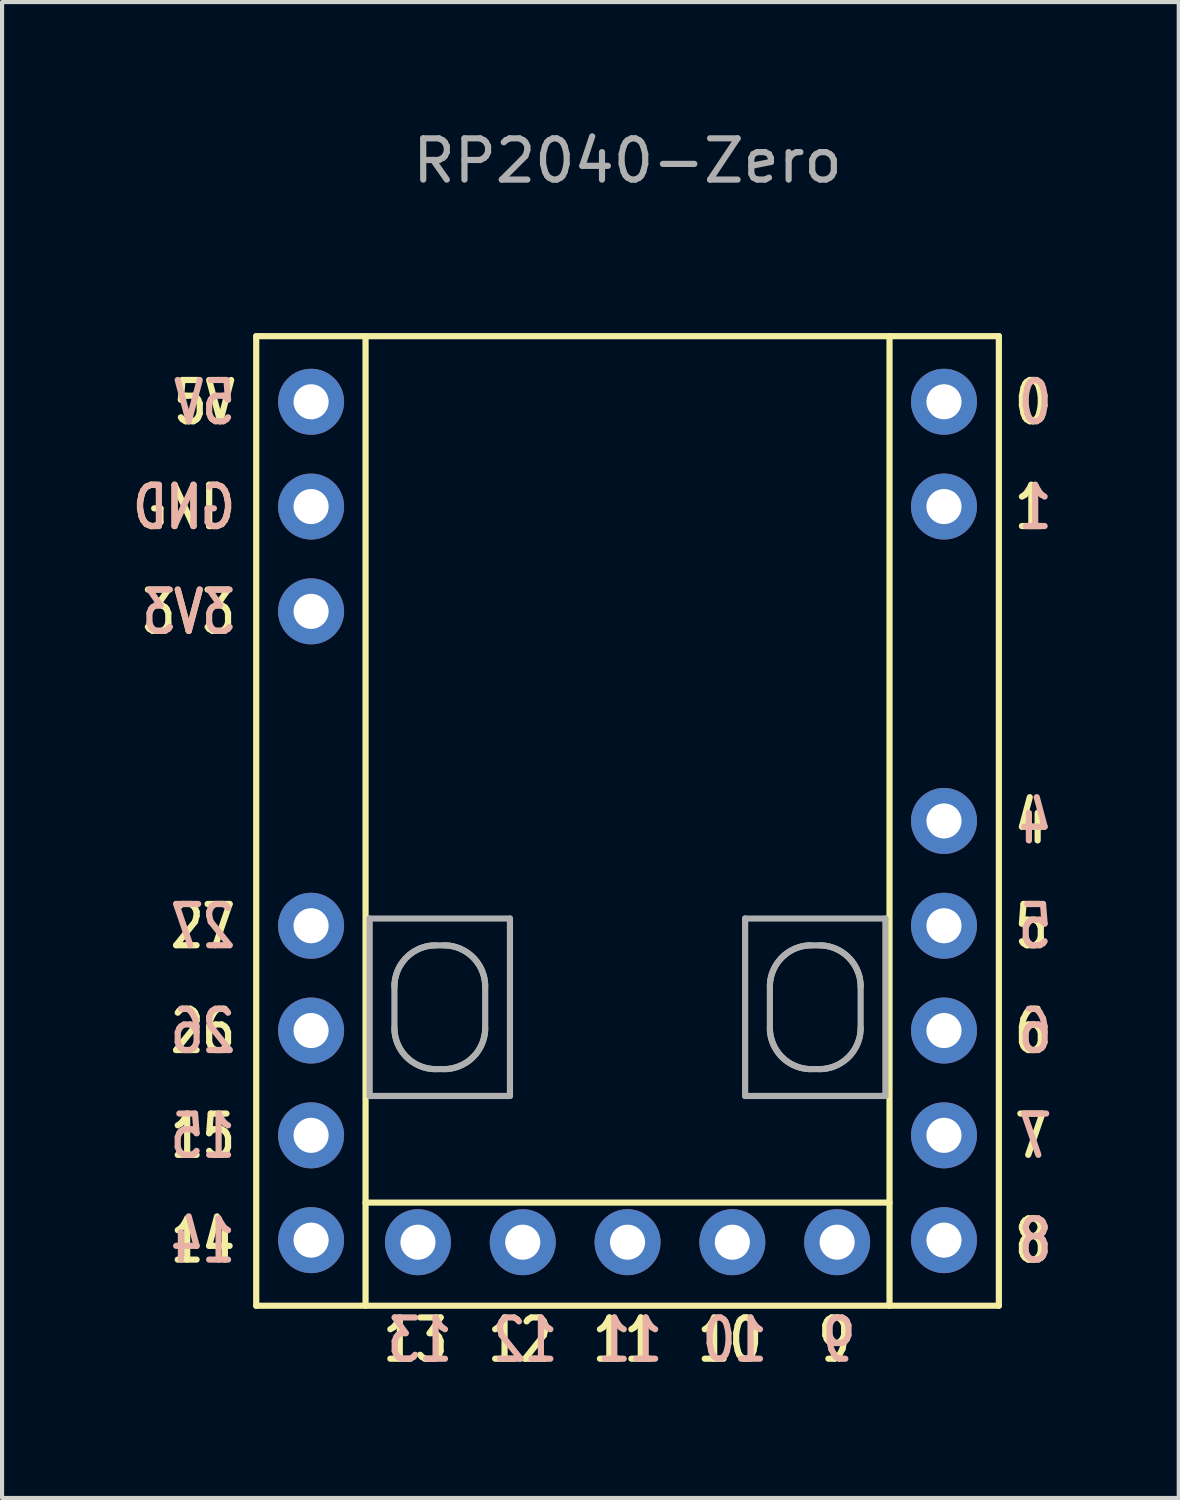
<source format=kicad_pcb>
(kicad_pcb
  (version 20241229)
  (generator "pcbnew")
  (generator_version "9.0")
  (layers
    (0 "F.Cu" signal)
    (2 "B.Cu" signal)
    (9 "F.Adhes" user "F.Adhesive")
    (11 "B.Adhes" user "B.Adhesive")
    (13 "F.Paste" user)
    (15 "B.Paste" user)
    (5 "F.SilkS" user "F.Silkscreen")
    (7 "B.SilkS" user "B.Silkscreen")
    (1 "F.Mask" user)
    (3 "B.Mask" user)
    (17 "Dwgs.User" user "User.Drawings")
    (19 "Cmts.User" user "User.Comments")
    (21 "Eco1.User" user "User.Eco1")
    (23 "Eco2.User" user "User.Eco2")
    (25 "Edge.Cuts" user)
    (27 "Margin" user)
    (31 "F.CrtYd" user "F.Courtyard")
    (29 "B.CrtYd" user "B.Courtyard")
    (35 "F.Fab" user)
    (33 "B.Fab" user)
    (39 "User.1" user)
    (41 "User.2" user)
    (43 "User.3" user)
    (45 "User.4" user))
  (footprint "RP2040-Zero"
    (layer "F.Cu")
    (at 12.16 16.848)
    (property "Reference" "RP2040-Zero" (at 0 -16 0) (layer "F.Fab") (effects (font (size 1 1) (thickness 0.15))))
    (attr through_hole exclude_from_pos_files)
    (fp_line (start -9 -11.75) (end 9 -11.75) (stroke (width 0.15) (type default)) (layer "F.SilkS"))
    (fp_line (start -9 11.75) (end -9 -11.75) (stroke (width 0.15) (type default)) (layer "F.SilkS"))
    (fp_line (start -9 11.75) (end 9 11.75) (stroke (width 0.15) (type default)) (layer "F.SilkS"))
    (fp_line (start -6.35 -11.75) (end -6.35 11.75) (stroke (width 0.15) (type solid)) (layer "F.SilkS"))
    (fp_line (start -6.35 9.25) (end 6.35 9.25) (stroke (width 0.15) (type solid)) (layer "F.SilkS"))
    (fp_line (start 6.35 11.75) (end 6.35 -11.75) (stroke (width 0.15) (type solid)) (layer "F.SilkS"))
    (fp_line (start 9 11.75) (end 9 -11.75) (stroke (width 0.15) (type default)) (layer "F.SilkS"))
    (fp_line (start -6.25 2.365) (end -2.85 2.365) (stroke (width 0.15) (type default)) (layer "F.Fab"))
    (fp_line (start -6.25 6.665) (end -6.25 2.365) (stroke (width 0.15) (type default)) (layer "F.Fab"))
    (fp_line (start -5.65 4.015) (end -5.649 3.963) (stroke (width 0.15) (type default)) (layer "F.Fab"))
    (fp_line (start -5.65 5.015) (end -5.65 4.015) (stroke (width 0.15) (type default)) (layer "F.Fab"))
    (fp_line (start -5.649 3.963) (end -5.645 3.913) (stroke (width 0.15) (type default)) (layer "F.Fab"))
    (fp_line (start -5.649 5.066) (end -5.65 5.015) (stroke (width 0.15) (type default)) (layer "F.Fab"))
    (fp_line (start -5.645 3.913) (end -5.638 3.863) (stroke (width 0.15) (type default)) (layer "F.Fab"))
    (fp_line (start -5.645 5.117) (end -5.649 5.066) (stroke (width 0.15) (type default)) (layer "F.Fab"))
    (fp_line (start -5.638 3.863) (end -5.63 3.813) (stroke (width 0.15) (type default)) (layer "F.Fab"))
    (fp_line (start -5.638 5.167) (end -5.645 5.117) (stroke (width 0.15) (type default)) (layer "F.Fab"))
    (fp_line (start -5.63 3.813) (end -5.618 3.765) (stroke (width 0.15) (type default)) (layer "F.Fab"))
    (fp_line (start -5.63 5.216) (end -5.638 5.167) (stroke (width 0.15) (type default)) (layer "F.Fab"))
    (fp_line (start -5.618 3.765) (end -5.605 3.718) (stroke (width 0.15) (type default)) (layer "F.Fab"))
    (fp_line (start -5.618 5.265) (end -5.63 5.216) (stroke (width 0.15) (type default)) (layer "F.Fab"))
    (fp_line (start -5.605 3.718) (end -5.589 3.671) (stroke (width 0.15) (type default)) (layer "F.Fab"))
    (fp_line (start -5.605 5.312) (end -5.618 5.265) (stroke (width 0.15) (type default)) (layer "F.Fab"))
    (fp_line (start -5.589 3.671) (end -5.571 3.626) (stroke (width 0.15) (type default)) (layer "F.Fab"))
    (fp_line (start -5.589 5.359) (end -5.605 5.312) (stroke (width 0.15) (type default)) (layer "F.Fab"))
    (fp_line (start -5.571 3.626) (end -5.551 3.581) (stroke (width 0.15) (type default)) (layer "F.Fab"))
    (fp_line (start -5.571 5.404) (end -5.589 5.359) (stroke (width 0.15) (type default)) (layer "F.Fab"))
    (fp_line (start -5.551 3.581) (end -5.529 3.538) (stroke (width 0.15) (type default)) (layer "F.Fab"))
    (fp_line (start -5.551 5.448) (end -5.571 5.404) (stroke (width 0.15) (type default)) (layer "F.Fab"))
    (fp_line (start -5.529 3.538) (end -5.505 3.496) (stroke (width 0.15) (type default)) (layer "F.Fab"))
    (fp_line (start -5.529 5.491) (end -5.551 5.448) (stroke (width 0.15) (type default)) (layer "F.Fab"))
    (fp_line (start -5.505 3.496) (end -5.479 3.456) (stroke (width 0.15) (type default)) (layer "F.Fab"))
    (fp_line (start -5.505 5.533) (end -5.529 5.491) (stroke (width 0.15) (type default)) (layer "F.Fab"))
    (fp_line (start -5.479 3.456) (end -5.451 3.417) (stroke (width 0.15) (type default)) (layer "F.Fab"))
    (fp_line (start -5.479 5.574) (end -5.505 5.533) (stroke (width 0.15) (type default)) (layer "F.Fab"))
    (fp_line (start -5.451 3.417) (end -5.421 3.379) (stroke (width 0.15) (type default)) (layer "F.Fab"))
    (fp_line (start -5.451 5.613) (end -5.479 5.574) (stroke (width 0.15) (type default)) (layer "F.Fab"))
    (fp_line (start -5.421 3.379) (end -5.39 3.343) (stroke (width 0.15) (type default)) (layer "F.Fab"))
    (fp_line (start -5.421 5.651) (end -5.451 5.613) (stroke (width 0.15) (type default)) (layer "F.Fab"))
    (fp_line (start -5.39 3.343) (end -5.357 3.308) (stroke (width 0.15) (type default)) (layer "F.Fab"))
    (fp_line (start -5.39 5.687) (end -5.421 5.651) (stroke (width 0.15) (type default)) (layer "F.Fab"))
    (fp_line (start -5.357 3.308) (end -5.322 3.275) (stroke (width 0.15) (type default)) (layer "F.Fab"))
    (fp_line (start -5.357 5.722) (end -5.39 5.687) (stroke (width 0.15) (type default)) (layer "F.Fab"))
    (fp_line (start -5.322 3.275) (end -5.286 3.243) (stroke (width 0.15) (type default)) (layer "F.Fab"))
    (fp_line (start -5.322 5.755) (end -5.357 5.722) (stroke (width 0.15) (type default)) (layer "F.Fab"))
    (fp_line (start -5.286 3.243) (end -5.248 3.214) (stroke (width 0.15) (type default)) (layer "F.Fab"))
    (fp_line (start -5.286 5.786) (end -5.322 5.755) (stroke (width 0.15) (type default)) (layer "F.Fab"))
    (fp_line (start -5.248 3.214) (end -5.209 3.186) (stroke (width 0.15) (type default)) (layer "F.Fab"))
    (fp_line (start -5.248 5.816) (end -5.286 5.786) (stroke (width 0.15) (type default)) (layer "F.Fab"))
    (fp_line (start -5.209 3.186) (end -5.168 3.16) (stroke (width 0.15) (type default)) (layer "F.Fab"))
    (fp_line (start -5.209 5.844) (end -5.248 5.816) (stroke (width 0.15) (type default)) (layer "F.Fab"))
    (fp_line (start -5.168 3.16) (end -5.126 3.136) (stroke (width 0.15) (type default)) (layer "F.Fab"))
    (fp_line (start -5.168 5.87) (end -5.209 5.844) (stroke (width 0.15) (type default)) (layer "F.Fab"))
    (fp_line (start -5.126 3.136) (end -5.083 3.114) (stroke (width 0.15) (type default)) (layer "F.Fab"))
    (fp_line (start -5.126 5.894) (end -5.168 5.87) (stroke (width 0.15) (type default)) (layer "F.Fab"))
    (fp_line (start -5.083 3.114) (end -5.039 3.093) (stroke (width 0.15) (type default)) (layer "F.Fab"))
    (fp_line (start -5.083 5.916) (end -5.126 5.894) (stroke (width 0.15) (type default)) (layer "F.Fab"))
    (fp_line (start -5.039 3.093) (end -4.994 3.076) (stroke (width 0.15) (type default)) (layer "F.Fab"))
    (fp_line (start -5.039 5.936) (end -5.083 5.916) (stroke (width 0.15) (type default)) (layer "F.Fab"))
    (fp_line (start -4.994 3.076) (end -4.947 3.06) (stroke (width 0.15) (type default)) (layer "F.Fab"))
    (fp_line (start -4.994 5.954) (end -5.039 5.936) (stroke (width 0.15) (type default)) (layer "F.Fab"))
    (fp_line (start -4.947 3.06) (end -4.9 3.046) (stroke (width 0.15) (type default)) (layer "F.Fab"))
    (fp_line (start -4.947 5.97) (end -4.994 5.954) (stroke (width 0.15) (type default)) (layer "F.Fab"))
    (fp_line (start -4.9 3.046) (end -4.851 3.035) (stroke (width 0.15) (type default)) (layer "F.Fab"))
    (fp_line (start -4.9 5.983) (end -4.947 5.97) (stroke (width 0.15) (type default)) (layer "F.Fab"))
    (fp_line (start -4.851 3.035) (end -4.802 3.026) (stroke (width 0.15) (type default)) (layer "F.Fab"))
    (fp_line (start -4.851 5.995) (end -4.9 5.983) (stroke (width 0.15) (type default)) (layer "F.Fab"))
    (fp_line (start -4.802 3.026) (end -4.752 3.02) (stroke (width 0.15) (type default)) (layer "F.Fab"))
    (fp_line (start -4.802 6.003) (end -4.851 5.995) (stroke (width 0.15) (type default)) (layer "F.Fab"))
    (fp_line (start -4.752 3.02) (end -4.701 3.016) (stroke (width 0.15) (type default)) (layer "F.Fab"))
    (fp_line (start -4.752 6.01) (end -4.802 6.003) (stroke (width 0.15) (type default)) (layer "F.Fab"))
    (fp_line (start -4.701 3.016) (end -4.65 3.015) (stroke (width 0.15) (type default)) (layer "F.Fab"))
    (fp_line (start -4.701 6.014) (end -4.752 6.01) (stroke (width 0.15) (type default)) (layer "F.Fab"))
    (fp_line (start -4.65 3.015) (end -4.45 3.015) (stroke (width 0.15) (type default)) (layer "F.Fab"))
    (fp_line (start -4.65 6.015) (end -4.701 6.014) (stroke (width 0.15) (type default)) (layer "F.Fab"))
    (fp_line (start -4.45 3.015) (end -4.399 3.016) (stroke (width 0.15) (type default)) (layer "F.Fab"))
    (fp_line (start -4.45 6.015) (end -4.65 6.015) (stroke (width 0.15) (type default)) (layer "F.Fab"))
    (fp_line (start -4.399 3.016) (end -4.348 3.02) (stroke (width 0.15) (type default)) (layer "F.Fab"))
    (fp_line (start -4.399 6.014) (end -4.45 6.015) (stroke (width 0.15) (type default)) (layer "F.Fab"))
    (fp_line (start -4.348 3.02) (end -4.298 3.026) (stroke (width 0.15) (type default)) (layer "F.Fab"))
    (fp_line (start -4.348 6.01) (end -4.399 6.014) (stroke (width 0.15) (type default)) (layer "F.Fab"))
    (fp_line (start -4.298 3.026) (end -4.248 3.035) (stroke (width 0.15) (type default)) (layer "F.Fab"))
    (fp_line (start -4.298 6.003) (end -4.348 6.01) (stroke (width 0.15) (type default)) (layer "F.Fab"))
    (fp_line (start -4.248 3.035) (end -4.2 3.046) (stroke (width 0.15) (type default)) (layer "F.Fab"))
    (fp_line (start -4.248 5.995) (end -4.298 6.003) (stroke (width 0.15) (type default)) (layer "F.Fab"))
    (fp_line (start -4.2 3.046) (end -4.153 3.06) (stroke (width 0.15) (type default)) (layer "F.Fab"))
    (fp_line (start -4.2 5.983) (end -4.248 5.995) (stroke (width 0.15) (type default)) (layer "F.Fab"))
    (fp_line (start -4.153 3.06) (end -4.106 3.076) (stroke (width 0.15) (type default)) (layer "F.Fab"))
    (fp_line (start -4.153 5.97) (end -4.2 5.983) (stroke (width 0.15) (type default)) (layer "F.Fab"))
    (fp_line (start -4.106 3.076) (end -4.061 3.093) (stroke (width 0.15) (type default)) (layer "F.Fab"))
    (fp_line (start -4.106 5.954) (end -4.153 5.97) (stroke (width 0.15) (type default)) (layer "F.Fab"))
    (fp_line (start -4.061 3.093) (end -4.017 3.114) (stroke (width 0.15) (type default)) (layer "F.Fab"))
    (fp_line (start -4.061 5.936) (end -4.106 5.954) (stroke (width 0.15) (type default)) (layer "F.Fab"))
    (fp_line (start -4.017 3.114) (end -3.974 3.136) (stroke (width 0.15) (type default)) (layer "F.Fab"))
    (fp_line (start -4.017 5.916) (end -4.061 5.936) (stroke (width 0.15) (type default)) (layer "F.Fab"))
    (fp_line (start -3.974 3.136) (end -3.932 3.16) (stroke (width 0.15) (type default)) (layer "F.Fab"))
    (fp_line (start -3.974 5.894) (end -4.017 5.916) (stroke (width 0.15) (type default)) (layer "F.Fab"))
    (fp_line (start -3.932 3.16) (end -3.891 3.186) (stroke (width 0.15) (type default)) (layer "F.Fab"))
    (fp_line (start -3.932 5.87) (end -3.974 5.894) (stroke (width 0.15) (type default)) (layer "F.Fab"))
    (fp_line (start -3.891 3.186) (end -3.852 3.214) (stroke (width 0.15) (type default)) (layer "F.Fab"))
    (fp_line (start -3.891 5.844) (end -3.932 5.87) (stroke (width 0.15) (type default)) (layer "F.Fab"))
    (fp_line (start -3.852 3.214) (end -3.814 3.243) (stroke (width 0.15) (type default)) (layer "F.Fab"))
    (fp_line (start -3.852 5.816) (end -3.891 5.844) (stroke (width 0.15) (type default)) (layer "F.Fab"))
    (fp_line (start -3.814 3.243) (end -3.778 3.275) (stroke (width 0.15) (type default)) (layer "F.Fab"))
    (fp_line (start -3.814 5.786) (end -3.852 5.816) (stroke (width 0.15) (type default)) (layer "F.Fab"))
    (fp_line (start -3.778 3.275) (end -3.743 3.308) (stroke (width 0.15) (type default)) (layer "F.Fab"))
    (fp_line (start -3.778 5.755) (end -3.814 5.786) (stroke (width 0.15) (type default)) (layer "F.Fab"))
    (fp_line (start -3.743 3.308) (end -3.71 3.343) (stroke (width 0.15) (type default)) (layer "F.Fab"))
    (fp_line (start -3.743 5.722) (end -3.778 5.755) (stroke (width 0.15) (type default)) (layer "F.Fab"))
    (fp_line (start -3.71 3.343) (end -3.678 3.379) (stroke (width 0.15) (type default)) (layer "F.Fab"))
    (fp_line (start -3.71 5.687) (end -3.743 5.722) (stroke (width 0.15) (type default)) (layer "F.Fab"))
    (fp_line (start -3.678 3.379) (end -3.649 3.417) (stroke (width 0.15) (type default)) (layer "F.Fab"))
    (fp_line (start -3.678 5.651) (end -3.71 5.687) (stroke (width 0.15) (type default)) (layer "F.Fab"))
    (fp_line (start -3.649 3.417) (end -3.621 3.456) (stroke (width 0.15) (type default)) (layer "F.Fab"))
    (fp_line (start -3.649 5.613) (end -3.678 5.651) (stroke (width 0.15) (type default)) (layer "F.Fab"))
    (fp_line (start -3.621 3.456) (end -3.595 3.496) (stroke (width 0.15) (type default)) (layer "F.Fab"))
    (fp_line (start -3.621 5.574) (end -3.649 5.613) (stroke (width 0.15) (type default)) (layer "F.Fab"))
    (fp_line (start -3.595 3.496) (end -3.571 3.538) (stroke (width 0.15) (type default)) (layer "F.Fab"))
    (fp_line (start -3.595 5.533) (end -3.621 5.574) (stroke (width 0.15) (type default)) (layer "F.Fab"))
    (fp_line (start -3.571 3.538) (end -3.549 3.581) (stroke (width 0.15) (type default)) (layer "F.Fab"))
    (fp_line (start -3.571 5.491) (end -3.595 5.533) (stroke (width 0.15) (type default)) (layer "F.Fab"))
    (fp_line (start -3.549 3.581) (end -3.529 3.626) (stroke (width 0.15) (type default)) (layer "F.Fab"))
    (fp_line (start -3.549 5.448) (end -3.571 5.491) (stroke (width 0.15) (type default)) (layer "F.Fab"))
    (fp_line (start -3.529 3.626) (end -3.511 3.671) (stroke (width 0.15) (type default)) (layer "F.Fab"))
    (fp_line (start -3.529 5.404) (end -3.549 5.448) (stroke (width 0.15) (type default)) (layer "F.Fab"))
    (fp_line (start -3.511 3.671) (end -3.495 3.718) (stroke (width 0.15) (type default)) (layer "F.Fab"))
    (fp_line (start -3.511 5.359) (end -3.529 5.404) (stroke (width 0.15) (type default)) (layer "F.Fab"))
    (fp_line (start -3.495 3.718) (end -3.482 3.765) (stroke (width 0.15) (type default)) (layer "F.Fab"))
    (fp_line (start -3.495 5.312) (end -3.511 5.359) (stroke (width 0.15) (type default)) (layer "F.Fab"))
    (fp_line (start -3.482 3.765) (end -3.47 3.813) (stroke (width 0.15) (type default)) (layer "F.Fab"))
    (fp_line (start -3.482 5.265) (end -3.495 5.312) (stroke (width 0.15) (type default)) (layer "F.Fab"))
    (fp_line (start -3.47 3.813) (end -3.462 3.863) (stroke (width 0.15) (type default)) (layer "F.Fab"))
    (fp_line (start -3.47 5.216) (end -3.482 5.265) (stroke (width 0.15) (type default)) (layer "F.Fab"))
    (fp_line (start -3.462 3.863) (end -3.455 3.913) (stroke (width 0.15) (type default)) (layer "F.Fab"))
    (fp_line (start -3.462 5.167) (end -3.47 5.216) (stroke (width 0.15) (type default)) (layer "F.Fab"))
    (fp_line (start -3.455 3.913) (end -3.451 3.963) (stroke (width 0.15) (type default)) (layer "F.Fab"))
    (fp_line (start -3.455 5.117) (end -3.462 5.167) (stroke (width 0.15) (type default)) (layer "F.Fab"))
    (fp_line (start -3.451 3.963) (end -3.45 4.015) (stroke (width 0.15) (type default)) (layer "F.Fab"))
    (fp_line (start -3.451 5.066) (end -3.455 5.117) (stroke (width 0.15) (type default)) (layer "F.Fab"))
    (fp_line (start -3.45 4.015) (end -3.45 5.015) (stroke (width 0.15) (type default)) (layer "F.Fab"))
    (fp_line (start -3.45 5.015) (end -3.451 5.066) (stroke (width 0.15) (type default)) (layer "F.Fab"))
    (fp_line (start -2.85 2.365) (end -2.85 6.665) (stroke (width 0.15) (type default)) (layer "F.Fab"))
    (fp_line (start -2.85 6.665) (end -6.25 6.665) (stroke (width 0.15) (type default)) (layer "F.Fab"))
    (fp_line (start 2.85 2.365) (end 6.25 2.365) (stroke (width 0.15) (type default)) (layer "F.Fab"))
    (fp_line (start 2.85 6.665) (end 2.85 2.365) (stroke (width 0.15) (type default)) (layer "F.Fab"))
    (fp_line (start 3.45 4.015) (end 3.451 3.963) (stroke (width 0.15) (type default)) (layer "F.Fab"))
    (fp_line (start 3.45 5.015) (end 3.45 4.015) (stroke (width 0.15) (type default)) (layer "F.Fab"))
    (fp_line (start 3.451 3.963) (end 3.455 3.913) (stroke (width 0.15) (type default)) (layer "F.Fab"))
    (fp_line (start 3.451 5.066) (end 3.45 5.015) (stroke (width 0.15) (type default)) (layer "F.Fab"))
    (fp_line (start 3.455 3.913) (end 3.462 3.863) (stroke (width 0.15) (type default)) (layer "F.Fab"))
    (fp_line (start 3.455 5.117) (end 3.451 5.066) (stroke (width 0.15) (type default)) (layer "F.Fab"))
    (fp_line (start 3.462 3.863) (end 3.47 3.813) (stroke (width 0.15) (type default)) (layer "F.Fab"))
    (fp_line (start 3.462 5.167) (end 3.455 5.117) (stroke (width 0.15) (type default)) (layer "F.Fab"))
    (fp_line (start 3.47 3.813) (end 3.482 3.765) (stroke (width 0.15) (type default)) (layer "F.Fab"))
    (fp_line (start 3.47 5.216) (end 3.462 5.167) (stroke (width 0.15) (type default)) (layer "F.Fab"))
    (fp_line (start 3.482 3.765) (end 3.495 3.718) (stroke (width 0.15) (type default)) (layer "F.Fab"))
    (fp_line (start 3.482 5.265) (end 3.47 5.216) (stroke (width 0.15) (type default)) (layer "F.Fab"))
    (fp_line (start 3.495 3.718) (end 3.511 3.671) (stroke (width 0.15) (type default)) (layer "F.Fab"))
    (fp_line (start 3.495 5.312) (end 3.482 5.265) (stroke (width 0.15) (type default)) (layer "F.Fab"))
    (fp_line (start 3.511 3.671) (end 3.529 3.626) (stroke (width 0.15) (type default)) (layer "F.Fab"))
    (fp_line (start 3.511 5.359) (end 3.495 5.312) (stroke (width 0.15) (type default)) (layer "F.Fab"))
    (fp_line (start 3.529 3.626) (end 3.549 3.581) (stroke (width 0.15) (type default)) (layer "F.Fab"))
    (fp_line (start 3.529 5.404) (end 3.511 5.359) (stroke (width 0.15) (type default)) (layer "F.Fab"))
    (fp_line (start 3.549 3.581) (end 3.571 3.538) (stroke (width 0.15) (type default)) (layer "F.Fab"))
    (fp_line (start 3.549 5.448) (end 3.529 5.404) (stroke (width 0.15) (type default)) (layer "F.Fab"))
    (fp_line (start 3.571 3.538) (end 3.595 3.496) (stroke (width 0.15) (type default)) (layer "F.Fab"))
    (fp_line (start 3.571 5.491) (end 3.549 5.448) (stroke (width 0.15) (type default)) (layer "F.Fab"))
    (fp_line (start 3.595 3.496) (end 3.621 3.456) (stroke (width 0.15) (type default)) (layer "F.Fab"))
    (fp_line (start 3.595 5.533) (end 3.571 5.491) (stroke (width 0.15) (type default)) (layer "F.Fab"))
    (fp_line (start 3.621 3.456) (end 3.649 3.417) (stroke (width 0.15) (type default)) (layer "F.Fab"))
    (fp_line (start 3.621 5.574) (end 3.595 5.533) (stroke (width 0.15) (type default)) (layer "F.Fab"))
    (fp_line (start 3.649 3.417) (end 3.679 3.379) (stroke (width 0.15) (type default)) (layer "F.Fab"))
    (fp_line (start 3.649 5.613) (end 3.621 5.574) (stroke (width 0.15) (type default)) (layer "F.Fab"))
    (fp_line (start 3.679 3.379) (end 3.71 3.343) (stroke (width 0.15) (type default)) (layer "F.Fab"))
    (fp_line (start 3.679 5.651) (end 3.649 5.613) (stroke (width 0.15) (type default)) (layer "F.Fab"))
    (fp_line (start 3.71 3.343) (end 3.743 3.308) (stroke (width 0.15) (type default)) (layer "F.Fab"))
    (fp_line (start 3.71 5.687) (end 3.679 5.651) (stroke (width 0.15) (type default)) (layer "F.Fab"))
    (fp_line (start 3.743 3.308) (end 3.778 3.275) (stroke (width 0.15) (type default)) (layer "F.Fab"))
    (fp_line (start 3.743 5.722) (end 3.71 5.687) (stroke (width 0.15) (type default)) (layer "F.Fab"))
    (fp_line (start 3.778 3.275) (end 3.814 3.243) (stroke (width 0.15) (type default)) (layer "F.Fab"))
    (fp_line (start 3.778 5.755) (end 3.743 5.722) (stroke (width 0.15) (type default)) (layer "F.Fab"))
    (fp_line (start 3.814 3.243) (end 3.852 3.214) (stroke (width 0.15) (type default)) (layer "F.Fab"))
    (fp_line (start 3.814 5.786) (end 3.778 5.755) (stroke (width 0.15) (type default)) (layer "F.Fab"))
    (fp_line (start 3.852 3.214) (end 3.891 3.186) (stroke (width 0.15) (type default)) (layer "F.Fab"))
    (fp_line (start 3.852 5.816) (end 3.814 5.786) (stroke (width 0.15) (type default)) (layer "F.Fab"))
    (fp_line (start 3.891 3.186) (end 3.932 3.16) (stroke (width 0.15) (type default)) (layer "F.Fab"))
    (fp_line (start 3.891 5.844) (end 3.852 5.816) (stroke (width 0.15) (type default)) (layer "F.Fab"))
    (fp_line (start 3.932 3.16) (end 3.974 3.136) (stroke (width 0.15) (type default)) (layer "F.Fab"))
    (fp_line (start 3.932 5.87) (end 3.891 5.844) (stroke (width 0.15) (type default)) (layer "F.Fab"))
    (fp_line (start 3.974 3.136) (end 4.017 3.114) (stroke (width 0.15) (type default)) (layer "F.Fab"))
    (fp_line (start 3.974 5.894) (end 3.932 5.87) (stroke (width 0.15) (type default)) (layer "F.Fab"))
    (fp_line (start 4.017 3.114) (end 4.061 3.093) (stroke (width 0.15) (type default)) (layer "F.Fab"))
    (fp_line (start 4.017 5.916) (end 3.974 5.894) (stroke (width 0.15) (type default)) (layer "F.Fab"))
    (fp_line (start 4.061 3.093) (end 4.106 3.076) (stroke (width 0.15) (type default)) (layer "F.Fab"))
    (fp_line (start 4.061 5.936) (end 4.017 5.916) (stroke (width 0.15) (type default)) (layer "F.Fab"))
    (fp_line (start 4.106 3.076) (end 4.153 3.06) (stroke (width 0.15) (type default)) (layer "F.Fab"))
    (fp_line (start 4.106 5.954) (end 4.061 5.936) (stroke (width 0.15) (type default)) (layer "F.Fab"))
    (fp_line (start 4.153 3.06) (end 4.2 3.046) (stroke (width 0.15) (type default)) (layer "F.Fab"))
    (fp_line (start 4.153 5.97) (end 4.106 5.954) (stroke (width 0.15) (type default)) (layer "F.Fab"))
    (fp_line (start 4.2 3.046) (end 4.249 3.035) (stroke (width 0.15) (type default)) (layer "F.Fab"))
    (fp_line (start 4.2 5.983) (end 4.153 5.97) (stroke (width 0.15) (type default)) (layer "F.Fab"))
    (fp_line (start 4.249 3.035) (end 4.298 3.026) (stroke (width 0.15) (type default)) (layer "F.Fab"))
    (fp_line (start 4.249 5.995) (end 4.2 5.983) (stroke (width 0.15) (type default)) (layer "F.Fab"))
    (fp_line (start 4.298 3.026) (end 4.348 3.02) (stroke (width 0.15) (type default)) (layer "F.Fab"))
    (fp_line (start 4.298 6.003) (end 4.249 5.995) (stroke (width 0.15) (type default)) (layer "F.Fab"))
    (fp_line (start 4.348 3.02) (end 4.399 3.016) (stroke (width 0.15) (type default)) (layer "F.Fab"))
    (fp_line (start 4.348 6.01) (end 4.298 6.003) (stroke (width 0.15) (type default)) (layer "F.Fab"))
    (fp_line (start 4.399 3.016) (end 4.45 3.015) (stroke (width 0.15) (type default)) (layer "F.Fab"))
    (fp_line (start 4.399 6.014) (end 4.348 6.01) (stroke (width 0.15) (type default)) (layer "F.Fab"))
    (fp_line (start 4.45 3.015) (end 4.65 3.015) (stroke (width 0.15) (type default)) (layer "F.Fab"))
    (fp_line (start 4.45 6.015) (end 4.399 6.014) (stroke (width 0.15) (type default)) (layer "F.Fab"))
    (fp_line (start 4.65 3.015) (end 4.702 3.016) (stroke (width 0.15) (type default)) (layer "F.Fab"))
    (fp_line (start 4.65 6.015) (end 4.45 6.015) (stroke (width 0.15) (type default)) (layer "F.Fab"))
    (fp_line (start 4.702 3.016) (end 4.752 3.02) (stroke (width 0.15) (type default)) (layer "F.Fab"))
    (fp_line (start 4.702 6.014) (end 4.65 6.015) (stroke (width 0.15) (type default)) (layer "F.Fab"))
    (fp_line (start 4.752 3.02) (end 4.802 3.026) (stroke (width 0.15) (type default)) (layer "F.Fab"))
    (fp_line (start 4.752 6.01) (end 4.702 6.014) (stroke (width 0.15) (type default)) (layer "F.Fab"))
    (fp_line (start 4.802 3.026) (end 4.851 3.035) (stroke (width 0.15) (type default)) (layer "F.Fab"))
    (fp_line (start 4.802 6.003) (end 4.752 6.01) (stroke (width 0.15) (type default)) (layer "F.Fab"))
    (fp_line (start 4.851 3.035) (end 4.9 3.046) (stroke (width 0.15) (type default)) (layer "F.Fab"))
    (fp_line (start 4.851 5.995) (end 4.802 6.003) (stroke (width 0.15) (type default)) (layer "F.Fab"))
    (fp_line (start 4.9 3.046) (end 4.947 3.06) (stroke (width 0.15) (type default)) (layer "F.Fab"))
    (fp_line (start 4.9 5.983) (end 4.851 5.995) (stroke (width 0.15) (type default)) (layer "F.Fab"))
    (fp_line (start 4.947 3.06) (end 4.994 3.076) (stroke (width 0.15) (type default)) (layer "F.Fab"))
    (fp_line (start 4.947 5.97) (end 4.9 5.983) (stroke (width 0.15) (type default)) (layer "F.Fab"))
    (fp_line (start 4.994 3.076) (end 5.039 3.093) (stroke (width 0.15) (type default)) (layer "F.Fab"))
    (fp_line (start 4.994 5.954) (end 4.947 5.97) (stroke (width 0.15) (type default)) (layer "F.Fab"))
    (fp_line (start 5.039 3.093) (end 5.083 3.114) (stroke (width 0.15) (type default)) (layer "F.Fab"))
    (fp_line (start 5.039 5.936) (end 4.994 5.954) (stroke (width 0.15) (type default)) (layer "F.Fab"))
    (fp_line (start 5.083 3.114) (end 5.127 3.136) (stroke (width 0.15) (type default)) (layer "F.Fab"))
    (fp_line (start 5.083 5.916) (end 5.039 5.936) (stroke (width 0.15) (type default)) (layer "F.Fab"))
    (fp_line (start 5.127 3.136) (end 5.168 3.16) (stroke (width 0.15) (type default)) (layer "F.Fab"))
    (fp_line (start 5.127 5.894) (end 5.083 5.916) (stroke (width 0.15) (type default)) (layer "F.Fab"))
    (fp_line (start 5.168 3.16) (end 5.209 3.186) (stroke (width 0.15) (type default)) (layer "F.Fab"))
    (fp_line (start 5.168 5.87) (end 5.127 5.894) (stroke (width 0.15) (type default)) (layer "F.Fab"))
    (fp_line (start 5.209 3.186) (end 5.248 3.214) (stroke (width 0.15) (type default)) (layer "F.Fab"))
    (fp_line (start 5.209 5.844) (end 5.168 5.87) (stroke (width 0.15) (type default)) (layer "F.Fab"))
    (fp_line (start 5.248 3.214) (end 5.286 3.243) (stroke (width 0.15) (type default)) (layer "F.Fab"))
    (fp_line (start 5.248 5.816) (end 5.209 5.844) (stroke (width 0.15) (type default)) (layer "F.Fab"))
    (fp_line (start 5.286 3.243) (end 5.322 3.275) (stroke (width 0.15) (type default)) (layer "F.Fab"))
    (fp_line (start 5.286 5.786) (end 5.248 5.816) (stroke (width 0.15) (type default)) (layer "F.Fab"))
    (fp_line (start 5.322 3.275) (end 5.357 3.308) (stroke (width 0.15) (type default)) (layer "F.Fab"))
    (fp_line (start 5.322 5.755) (end 5.286 5.786) (stroke (width 0.15) (type default)) (layer "F.Fab"))
    (fp_line (start 5.357 3.308) (end 5.39 3.343) (stroke (width 0.15) (type default)) (layer "F.Fab"))
    (fp_line (start 5.357 5.722) (end 5.322 5.755) (stroke (width 0.15) (type default)) (layer "F.Fab"))
    (fp_line (start 5.39 3.343) (end 5.422 3.379) (stroke (width 0.15) (type default)) (layer "F.Fab"))
    (fp_line (start 5.39 5.687) (end 5.357 5.722) (stroke (width 0.15) (type default)) (layer "F.Fab"))
    (fp_line (start 5.422 3.379) (end 5.451 3.417) (stroke (width 0.15) (type default)) (layer "F.Fab"))
    (fp_line (start 5.422 5.651) (end 5.39 5.687) (stroke (width 0.15) (type default)) (layer "F.Fab"))
    (fp_line (start 5.451 3.417) (end 5.479 3.456) (stroke (width 0.15) (type default)) (layer "F.Fab"))
    (fp_line (start 5.451 5.613) (end 5.422 5.651) (stroke (width 0.15) (type default)) (layer "F.Fab"))
    (fp_line (start 5.479 3.456) (end 5.505 3.496) (stroke (width 0.15) (type default)) (layer "F.Fab"))
    (fp_line (start 5.479 5.574) (end 5.451 5.613) (stroke (width 0.15) (type default)) (layer "F.Fab"))
    (fp_line (start 5.505 3.496) (end 5.529 3.538) (stroke (width 0.15) (type default)) (layer "F.Fab"))
    (fp_line (start 5.505 5.533) (end 5.479 5.574) (stroke (width 0.15) (type default)) (layer "F.Fab"))
    (fp_line (start 5.529 3.538) (end 5.551 3.581) (stroke (width 0.15) (type default)) (layer "F.Fab"))
    (fp_line (start 5.529 5.491) (end 5.505 5.533) (stroke (width 0.15) (type default)) (layer "F.Fab"))
    (fp_line (start 5.551 3.581) (end 5.571 3.626) (stroke (width 0.15) (type default)) (layer "F.Fab"))
    (fp_line (start 5.551 5.448) (end 5.529 5.491) (stroke (width 0.15) (type default)) (layer "F.Fab"))
    (fp_line (start 5.571 3.626) (end 5.589 3.671) (stroke (width 0.15) (type default)) (layer "F.Fab"))
    (fp_line (start 5.571 5.404) (end 5.551 5.448) (stroke (width 0.15) (type default)) (layer "F.Fab"))
    (fp_line (start 5.589 3.671) (end 5.605 3.718) (stroke (width 0.15) (type default)) (layer "F.Fab"))
    (fp_line (start 5.589 5.359) (end 5.571 5.404) (stroke (width 0.15) (type default)) (layer "F.Fab"))
    (fp_line (start 5.605 3.718) (end 5.619 3.765) (stroke (width 0.15) (type default)) (layer "F.Fab"))
    (fp_line (start 5.605 5.312) (end 5.589 5.359) (stroke (width 0.15) (type default)) (layer "F.Fab"))
    (fp_line (start 5.619 3.765) (end 5.63 3.813) (stroke (width 0.15) (type default)) (layer "F.Fab"))
    (fp_line (start 5.619 5.265) (end 5.605 5.312) (stroke (width 0.15) (type default)) (layer "F.Fab"))
    (fp_line (start 5.63 3.813) (end 5.638 3.863) (stroke (width 0.15) (type default)) (layer "F.Fab"))
    (fp_line (start 5.63 5.216) (end 5.619 5.265) (stroke (width 0.15) (type default)) (layer "F.Fab"))
    (fp_line (start 5.638 3.863) (end 5.645 3.913) (stroke (width 0.15) (type default)) (layer "F.Fab"))
    (fp_line (start 5.638 5.167) (end 5.63 5.216) (stroke (width 0.15) (type default)) (layer "F.Fab"))
    (fp_line (start 5.645 3.913) (end 5.649 3.963) (stroke (width 0.15) (type default)) (layer "F.Fab"))
    (fp_line (start 5.645 5.117) (end 5.638 5.167) (stroke (width 0.15) (type default)) (layer "F.Fab"))
    (fp_line (start 5.649 3.963) (end 5.65 4.015) (stroke (width 0.15) (type default)) (layer "F.Fab"))
    (fp_line (start 5.649 5.066) (end 5.645 5.117) (stroke (width 0.15) (type default)) (layer "F.Fab"))
    (fp_line (start 5.65 4.015) (end 5.65 5.015) (stroke (width 0.15) (type default)) (layer "F.Fab"))
    (fp_line (start 5.65 5.015) (end 5.649 5.066) (stroke (width 0.15) (type default)) (layer "F.Fab"))
    (fp_line (start 6.25 2.365) (end 6.25 6.665) (stroke (width 0.15) (type default)) (layer "F.Fab"))
    (fp_line (start 6.25 6.665) (end 2.85 6.665) (stroke (width 0.15) (type default)) (layer "F.Fab"))
    (fp_text user "14" (at -9.432 10.762 0) (unlocked yes) (layer "F.SilkS") (effects (font (size 1 0.8) (thickness 0.15)) (justify right bottom)))
    (fp_text user "15" (at -9.432 8.222 0) (unlocked yes) (layer "F.SilkS") (effects (font (size 1 0.8) (thickness 0.15)) (justify right bottom)))
    (fp_text user "5V" (at -9.432 -9.558 0) (unlocked yes) (layer "F.SilkS") (effects (font (size 1 0.8) (thickness 0.15)) (justify right bottom)))
    (fp_text user "1" (at 9.308 -7.018 0) (unlocked yes) (layer "F.SilkS") (effects (font (size 1 0.8) (thickness 0.15)) (justify left bottom)))
    (fp_text user "12" (at -3.46 13.164 0) (unlocked yes) (layer "F.SilkS") (effects (font (size 1 0.8) (thickness 0.15)) (justify left bottom)))
    (fp_text user "10" (at 1.62 13.164 0) (unlocked yes) (layer "F.SilkS") (effects (font (size 1 0.8) (thickness 0.15)) (justify left bottom)))
    (fp_text user "13" (at -6 13.164 0) (unlocked yes) (layer "F.SilkS") (effects (font (size 1 0.8) (thickness 0.15)) (justify left bottom)))
    (fp_text user "11" (at -0.92 13.164 0) (unlocked yes) (layer "F.SilkS") (effects (font (size 1 0.8) (thickness 0.15)) (justify left bottom)))
    (fp_text user "3V3" (at -9.432 -4.478 0) (unlocked yes) (layer "F.SilkS") (effects (font (size 1 0.8) (thickness 0.15)) (justify right bottom)))
    (fp_text user "GND" (at -9.432 -7.018 0) (unlocked yes) (layer "F.SilkS") (effects (font (size 1 0.8) (thickness 0.15)) (justify right bottom)))
    (fp_text user "5" (at 9.308 3.142 0) (unlocked yes) (layer "F.SilkS") (effects (font (size 1 0.8) (thickness 0.15)) (justify left bottom)))
    (fp_text user "27" (at -9.432 3.142 0) (unlocked yes) (layer "F.SilkS") (effects (font (size 1 0.8) (thickness 0.15)) (justify right bottom)))
    (fp_text user "4" (at 9.308 0.602 0) (unlocked yes) (layer "F.SilkS") (effects (font (size 1 0.8) (thickness 0.15)) (justify left bottom)))
    (fp_text user "0" (at 9.308 -9.558 0) (unlocked yes) (layer "F.SilkS") (effects (font (size 1 0.8) (thickness 0.15)) (justify left bottom)))
    (fp_text user "26" (at -9.432 5.682 0) (unlocked yes) (layer "F.SilkS") (effects (font (size 1 0.8) (thickness 0.15)) (justify right bottom)))
    (fp_text user "7" (at 9.308 8.222 0) (unlocked yes) (layer "F.SilkS") (effects (font (size 1 0.8) (thickness 0.15)) (justify left bottom)))
    (fp_text user "8" (at 9.308 10.762 0) (unlocked yes) (layer "F.SilkS") (effects (font (size 1 0.8) (thickness 0.15)) (justify left bottom)))
    (fp_text user "6" (at 9.308 5.682 0) (unlocked yes) (layer "F.SilkS") (effects (font (size 1 0.8) (thickness 0.15)) (justify left bottom)))
    (fp_text user "9" (at 4.541 13.164 0) (unlocked yes) (layer "F.SilkS") (effects (font (size 1 0.8) (thickness 0.15)) (justify left bottom)))
    (fp_text user "11" (at 0.92 13.164 0) (unlocked yes) (layer "B.SilkS") (effects (font (size 1 0.8) (thickness 0.15)) (justify left bottom mirror)))
    (fp_text user "0" (at 10.36 -9.558 0) (unlocked yes) (layer "B.SilkS") (effects (font (size 1 0.8) (thickness 0.15)) (justify left bottom mirror)))
    (fp_text user "12" (at -1.62 13.164 0) (unlocked yes) (layer "B.SilkS") (effects (font (size 1 0.8) (thickness 0.15)) (justify left bottom mirror)))
    (fp_text user "26" (at -9.432 5.682 0) (unlocked yes) (layer "B.SilkS") (effects (font (size 1 0.8) (thickness 0.15)) (justify left bottom mirror)))
    (fp_text user "1" (at 10.36 -7.018 0) (unlocked yes) (layer "B.SilkS") (effects (font (size 1 0.8) (thickness 0.15)) (justify left bottom mirror)))
    (fp_text user "5" (at 10.36 3.142 0) (unlocked yes) (layer "B.SilkS") (effects (font (size 1 0.8) (thickness 0.15)) (justify left bottom mirror)))
    (fp_text user "15" (at -9.432 8.222 0) (unlocked yes) (layer "B.SilkS") (effects (font (size 1 0.8) (thickness 0.15)) (justify left bottom mirror)))
    (fp_text user "7" (at 10.36 8.222 0) (unlocked yes) (layer "B.SilkS") (effects (font (size 1 0.8) (thickness 0.15)) (justify left bottom mirror)))
    (fp_text user "6" (at 10.36 5.682 0) (unlocked yes) (layer "B.SilkS") (effects (font (size 1 0.8) (thickness 0.15)) (justify left bottom mirror)))
    (fp_text user "13" (at -4.173 13.164 0) (unlocked yes) (layer "B.SilkS") (effects (font (size 1 0.8) (thickness 0.15)) (justify left bottom mirror)))
    (fp_text user "8" (at 10.36 10.762 0) (unlocked yes) (layer "B.SilkS") (effects (font (size 1 0.8) (thickness 0.15)) (justify left bottom mirror)))
    (fp_text user "3V3" (at -9.432 -4.478 0) (unlocked yes) (layer "B.SilkS") (effects (font (size 1 0.8) (thickness 0.15)) (justify left bottom mirror)))
    (fp_text user "5V" (at -9.432 -9.558 0) (unlocked yes) (layer "B.SilkS") (effects (font (size 1 0.8) (thickness 0.15)) (justify left bottom mirror)))
    (fp_text user "4" (at 10.36 0.602 0) (unlocked yes) (layer "B.SilkS") (effects (font (size 1 0.8) (thickness 0.15)) (justify left bottom mirror)))
    (fp_text user "9" (at 5.606 13.164 0) (unlocked yes) (layer "B.SilkS") (effects (font (size 1 0.8) (thickness 0.15)) (justify left bottom mirror)))
    (fp_text user "10" (at 3.46 13.164 0) (unlocked yes) (layer "B.SilkS") (effects (font (size 1 0.8) (thickness 0.15)) (justify left bottom mirror)))
    (fp_text user "14" (at -9.432 10.762 0) (unlocked yes) (layer "B.SilkS") (effects (font (size 1 0.8) (thickness 0.15)) (justify left bottom mirror)))
    (fp_text user "27" (at -9.432 3.142 0) (unlocked yes) (layer "B.SilkS") (effects (font (size 1 0.8) (thickness 0.15)) (justify left bottom mirror)))
    (fp_text user "GND" (at -9.432 -7.018 0) (unlocked yes) (layer "B.SilkS") (effects (font (size 1 0.8) (thickness 0.15)) (justify left bottom mirror)))
    (pad "0" thru_hole circle (at 7.67 -10.16 180) (size 1.6 1.6) (drill 0.85) (layers "*.Cu" "*.Mask"))
    (pad "1" thru_hole circle (at 7.67 -7.62 180) (size 1.6 1.6) (drill 0.85) (layers "*.Cu" "*.Mask"))
    (pad "4" thru_hole circle (at 7.67 0 180) (size 1.6 1.6) (drill 0.85) (layers "*.Cu" "*.Mask"))
    (pad "5" thru_hole circle (at 7.67 2.54 180) (size 1.6 1.6) (drill 0.85) (layers "*.Cu" "*.Mask"))
    (pad "6" thru_hole circle (at 7.67 5.08 180) (size 1.6 1.6) (drill 0.85) (layers "*.Cu" "*.Mask"))
    (pad "7" thru_hole circle (at 7.67 7.62 180) (size 1.6 1.6) (drill 0.85) (layers "*.Cu" "*.Mask"))
    (pad "8" thru_hole circle (at 7.67 10.16 180) (size 1.6 1.6) (drill 0.85) (layers "*.Cu" "*.Mask"))
    (pad "9" thru_hole circle (at 5.08 10.21 90) (size 1.6 1.6) (drill 0.85) (layers "*.Cu" "*.Mask"))
    (pad "10" thru_hole circle (at 2.54 10.21 90) (size 1.6 1.6) (drill 0.85) (layers "*.Cu" "*.Mask"))
    (pad "11" thru_hole circle (at 0 10.21 90) (size 1.6 1.6) (drill 0.85) (layers "*.Cu" "*.Mask"))
    (pad "12" thru_hole circle (at -2.54 10.21 90) (size 1.6 1.6) (drill 0.85) (layers "*.Cu" "*.Mask"))
    (pad "13" thru_hole circle (at -5.08 10.21 90) (size 1.6 1.6) (drill 0.85) (layers "*.Cu" "*.Mask"))
    (pad "14" thru_hole circle (at -7.67 10.16) (size 1.6 1.6) (drill 0.85) (layers "*.Cu" "*.Mask"))
    (pad "15" thru_hole circle (at -7.67 7.62) (size 1.6 1.6) (drill 0.85) (layers "*.Cu" "*.Mask"))
    (pad "26" thru_hole circle (at -7.67 5.08) (size 1.6 1.6) (drill 0.85) (layers "*.Cu" "*.Mask"))
    (pad "27" thru_hole circle (at -7.67 2.54) (size 1.6 1.6) (drill 0.85) (layers "*.Cu" "*.Mask"))
    (pad "30" thru_hole circle (at -7.67 -5.08) (size 1.6 1.6) (drill 0.85) (layers "*.Cu" "*.Mask"))
    (pad "31" thru_hole circle (at -7.67 -7.62) (size 1.6 1.6) (drill 0.85) (layers "*.Cu" "*.Mask"))
    (pad "32" thru_hole circle (at -7.67 -10.16) (size 1.6 1.6) (drill 0.85) (layers "*.Cu" "*.Mask")))
  (gr_rect
    (start -3 -3)
    (end 25.52 33.258)
    (stroke (width 0.1) (type default))
    (fill no)
    (layer "Edge.Cuts")))
</source>
